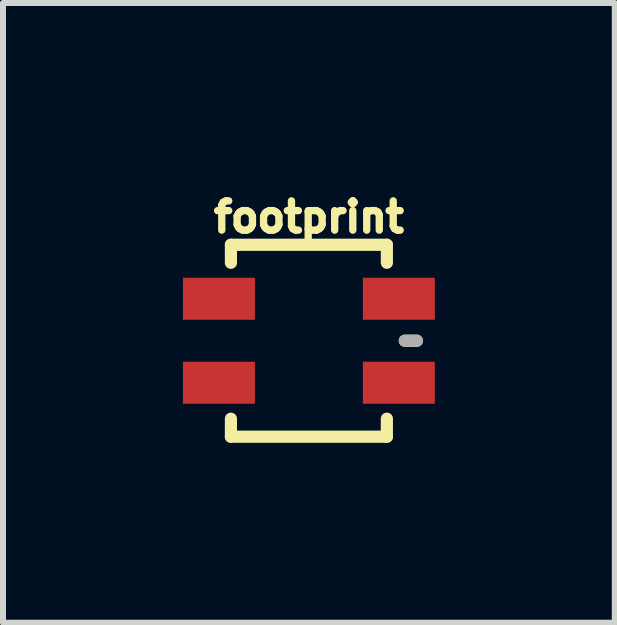
<source format=kicad_pcb>
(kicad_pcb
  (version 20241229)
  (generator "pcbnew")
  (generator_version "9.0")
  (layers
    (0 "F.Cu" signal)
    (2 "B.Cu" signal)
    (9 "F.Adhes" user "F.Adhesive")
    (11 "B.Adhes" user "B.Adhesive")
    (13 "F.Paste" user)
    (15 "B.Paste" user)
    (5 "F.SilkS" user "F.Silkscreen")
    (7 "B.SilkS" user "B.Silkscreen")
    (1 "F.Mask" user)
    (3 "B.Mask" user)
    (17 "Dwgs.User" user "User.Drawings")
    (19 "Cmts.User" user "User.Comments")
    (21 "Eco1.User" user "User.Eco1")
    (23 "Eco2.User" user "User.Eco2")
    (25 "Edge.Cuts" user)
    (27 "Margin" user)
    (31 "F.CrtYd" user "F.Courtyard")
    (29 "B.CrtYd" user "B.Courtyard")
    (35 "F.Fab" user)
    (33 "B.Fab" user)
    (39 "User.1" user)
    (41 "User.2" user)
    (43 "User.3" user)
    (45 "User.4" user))
  (footprint "footprint"
    (layer "F.Cu")
    (at 2.1 2.631)
    (property "Reference" "footprint" (at 0 -1.778 0) (layer "F.SilkS") (effects (font (size 0.488 0.488) (thickness 0.122)) (justify bottom)))
    (fp_line (start -1.3 -1.6) (end 1.3 -1.6) (stroke (width 0.203) (type solid)) (layer "F.SilkS"))
    (fp_line (start -1.3 -1.3) (end -1.3 -1.6) (stroke (width 0.203) (type solid)) (layer "F.SilkS"))
    (fp_line (start -1.3 1.3) (end -1.3 1.6) (stroke (width 0.203) (type solid)) (layer "F.SilkS"))
    (fp_line (start -1.3 1.6) (end 1.3 1.6) (stroke (width 0.203) (type solid)) (layer "F.SilkS"))
    (fp_line (start 1.3 -1.6) (end 1.3 -1.3) (stroke (width 0.203) (type solid)) (layer "F.SilkS"))
    (fp_line (start 1.3 1.6) (end 1.3 1.3) (stroke (width 0.203) (type solid)) (layer "F.SilkS"))
    (fp_line (start 1.6 0) (end 1.8 0) (stroke (width 0.203) (type solid)) (layer "F.SilkS"))
    (fp_line (start 1.6 0) (end 1.8 0) (stroke (width 0.203) (type solid)) (layer "F.Fab"))
    (pad "A" smd rect (at 1.5 -0.7 90) (size 0.7 1.2) (layers "F.Cu" "F.Mask" "F.Paste"))
    (pad "B" smd rect (at -1.5 -0.7 90) (size 0.7 1.2) (layers "F.Cu" "F.Mask" "F.Paste"))
    (pad "G" smd rect (at -1.5 0.7 90) (size 0.7 1.2) (layers "F.Cu" "F.Mask" "F.Paste"))
    (pad "R" smd rect (at 1.5 0.7 90) (size 0.7 1.2) (layers "F.Cu" "F.Mask" "F.Paste")))
  (gr_rect
    (start -3 -3)
    (end 7.2 7.333)
    (stroke (width 0.1) (type default))
    (fill no)
    (layer "Edge.Cuts")))
</source>
